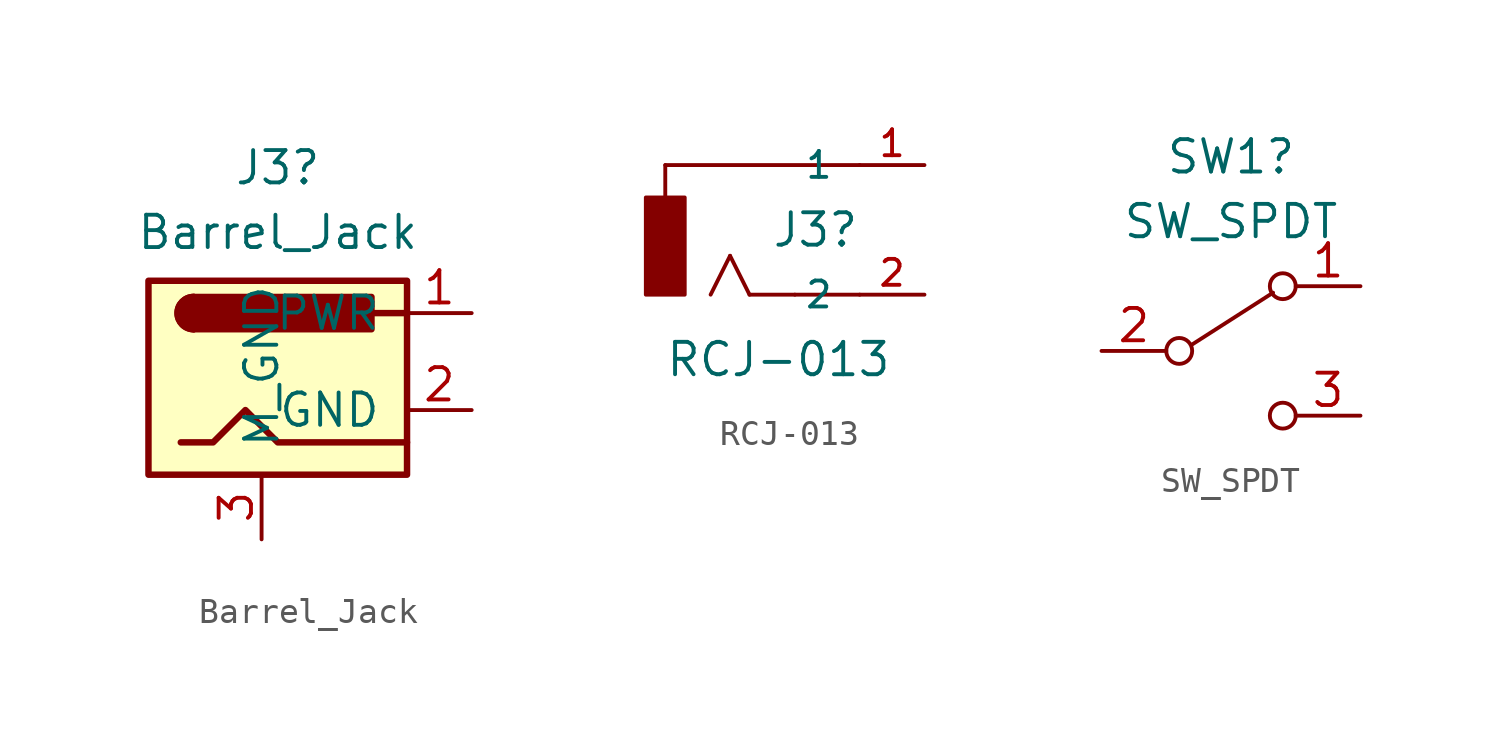
<source format=kicad_sym>
(kicad_symbol_lib
  (version 20220914)
  (generator kicad_symbol_editor)
  (symbol "Barrel_Jack"
    (pin_names
      (offset 1.016))
    (property "Reference" "J3"
      (at 0 8.255 0)
      (effects (font (size 1.27 1.27))))
    (property "Value" "Barrel_Jack"
      (at 0 5.715 0)
      (effects (font (size 1.27 1.27))))
    (symbol "Barrel_Jack_0_1"
      (rectangle (start -5.08 3.81) (end 5.08 -3.81) (stroke (width 0.254) (type default)) (fill (type background)))
      (arc (start -3.302 3.175) (mid -3.9343 2.54) (end -3.302 1.905) (stroke (width 0.254) (type default)) (fill (type none)))
      (arc (start -3.302 3.175) (mid -3.9343 2.54) (end -3.302 1.905) (stroke (width 0.254) (type default)) (fill (type outline)))
      (polyline (pts (xy 5.08 2.54) (xy 3.81 2.54)) (stroke (width 0.254) (type default)) (fill (type none)))
      (polyline (pts (xy -3.81 -2.54) (xy -2.54 -2.54) (xy -1.27 -1.27) (xy 0 -2.54) (xy 2.54 -2.54) (xy 5.08 -2.54)) (stroke (width 0.254) (type default)) (fill (type none)))
      (rectangle (start 3.683 3.175) (end -3.302 1.905) (stroke (width 0.254) (type default)) (fill (type outline))))
    (symbol "Barrel_Jack_1_0"
      (pin passive line (at -0.635 -6.35 90) (length 2.54) (name "M_GND" (effects (font (size 1.27 1.27)))) (number "3" (effects (font (size 1.27 1.27))))))
    (symbol "Barrel_Jack_1_1"
      (pin passive line (at 7.62 2.54 180) (length 2.54) (name "PWR" (effects (font (size 1.27 1.27)))) (number "1" (effects (font (size 1.27 1.27)))))
      (pin passive line (at 7.62 -1.27 180) (length 2.54) (name "GND" (effects (font (size 1.27 1.27)))) (number "2" (effects (font (size 1.27 1.27)))))))
  (symbol "RCJ-013"
    (pin_names
      (offset 1.016))
    (property "Reference" "J3"
      (at 5.08 0 0)
      (effects (font (size 1.27 1.27)) (justify right)))
    (property "Value" "RCJ-013"
      (at 6.35 -5.08 0)
      (effects (font (size 1.27 1.27)) (justify right)))
    (property "ki_locked" ""
      (at 0 0 0)
      (effects (font (size 1.27 1.27))))
    (symbol "RCJ-013_0_0"
      (rectangle (start -3.302 -2.54) (end -1.778 1.27) (stroke (width 0) (type default)) (fill (type outline)))
      (polyline (pts (xy -2.54 2.54) (xy -2.54 1.27)) (stroke (width 0.152) (type default)) (fill (type none)))
      (polyline (pts (xy 0 -1.016) (xy -0.762 -2.54)) (stroke (width 0.152) (type default)) (fill (type none)))
      (polyline (pts (xy 0.762 -2.54) (xy 0 -1.016)) (stroke (width 0.152) (type default)) (fill (type none)))
      (polyline (pts (xy 2.54 -2.54) (xy 0.762 -2.54)) (stroke (width 0.152) (type default)) (fill (type none)))
      (polyline (pts (xy 5.08 -2.54) (xy 2.54 -2.54)) (stroke (width 0.152) (type default)) (fill (type none)))
      (polyline (pts (xy 5.08 2.54) (xy -2.54 2.54)) (stroke (width 0.152) (type default)) (fill (type none)))
      (pin passive line (at 7.62 2.54 180) (length 2.54) (name "1" (effects (font (size 1.016 1.016)))) (number "1" (effects (font (size 1.016 1.016)))))
      (pin passive line (at 7.62 -2.54 180) (length 2.54) (name "2" (effects (font (size 1.016 1.016)))) (number "2" (effects (font (size 1.016 1.016)))))))
  (symbol "SW_SPDT"
    (pin_names
      (offset 0) hide)
    (property "Reference" "SW1"
      (at 0 7.62 0)
      (effects (font (size 1.27 1.27))))
    (property "Value" "SW_SPDT"
      (at 0 5.08 0)
      (effects (font (size 1.27 1.27))))
    (symbol "SW_SPDT_0_0"
      (circle (center -2.032 0) (radius 0.508) (stroke (width 0) (type default)) (fill (type none)))
      (circle (center 2.032 -2.54) (radius 0.508) (stroke (width 0) (type default)) (fill (type none))))
    (symbol "SW_SPDT_0_1"
      (polyline (pts (xy -1.524 0.254) (xy 1.651 2.286)) (stroke (width 0) (type default)) (fill (type none)))
      (circle (center 2.032 2.54) (radius 0.508) (stroke (width 0) (type default)) (fill (type none))))
    (symbol "SW_SPDT_1_1"
      (pin passive line (at 5.08 2.54 180) (length 2.54) (name "A" (effects (font (size 1.27 1.27)))) (number "1" (effects (font (size 1.27 1.27)))))
      (pin passive line (at -5.08 0 0) (length 2.54) (name "B" (effects (font (size 1.27 1.27)))) (number "2" (effects (font (size 1.27 1.27)))))
      (pin passive line (at 5.08 -2.54 180) (length 2.54) (name "C" (effects (font (size 1.27 1.27)))) (number "3" (effects (font (size 1.27 1.27))))))))
</source>
